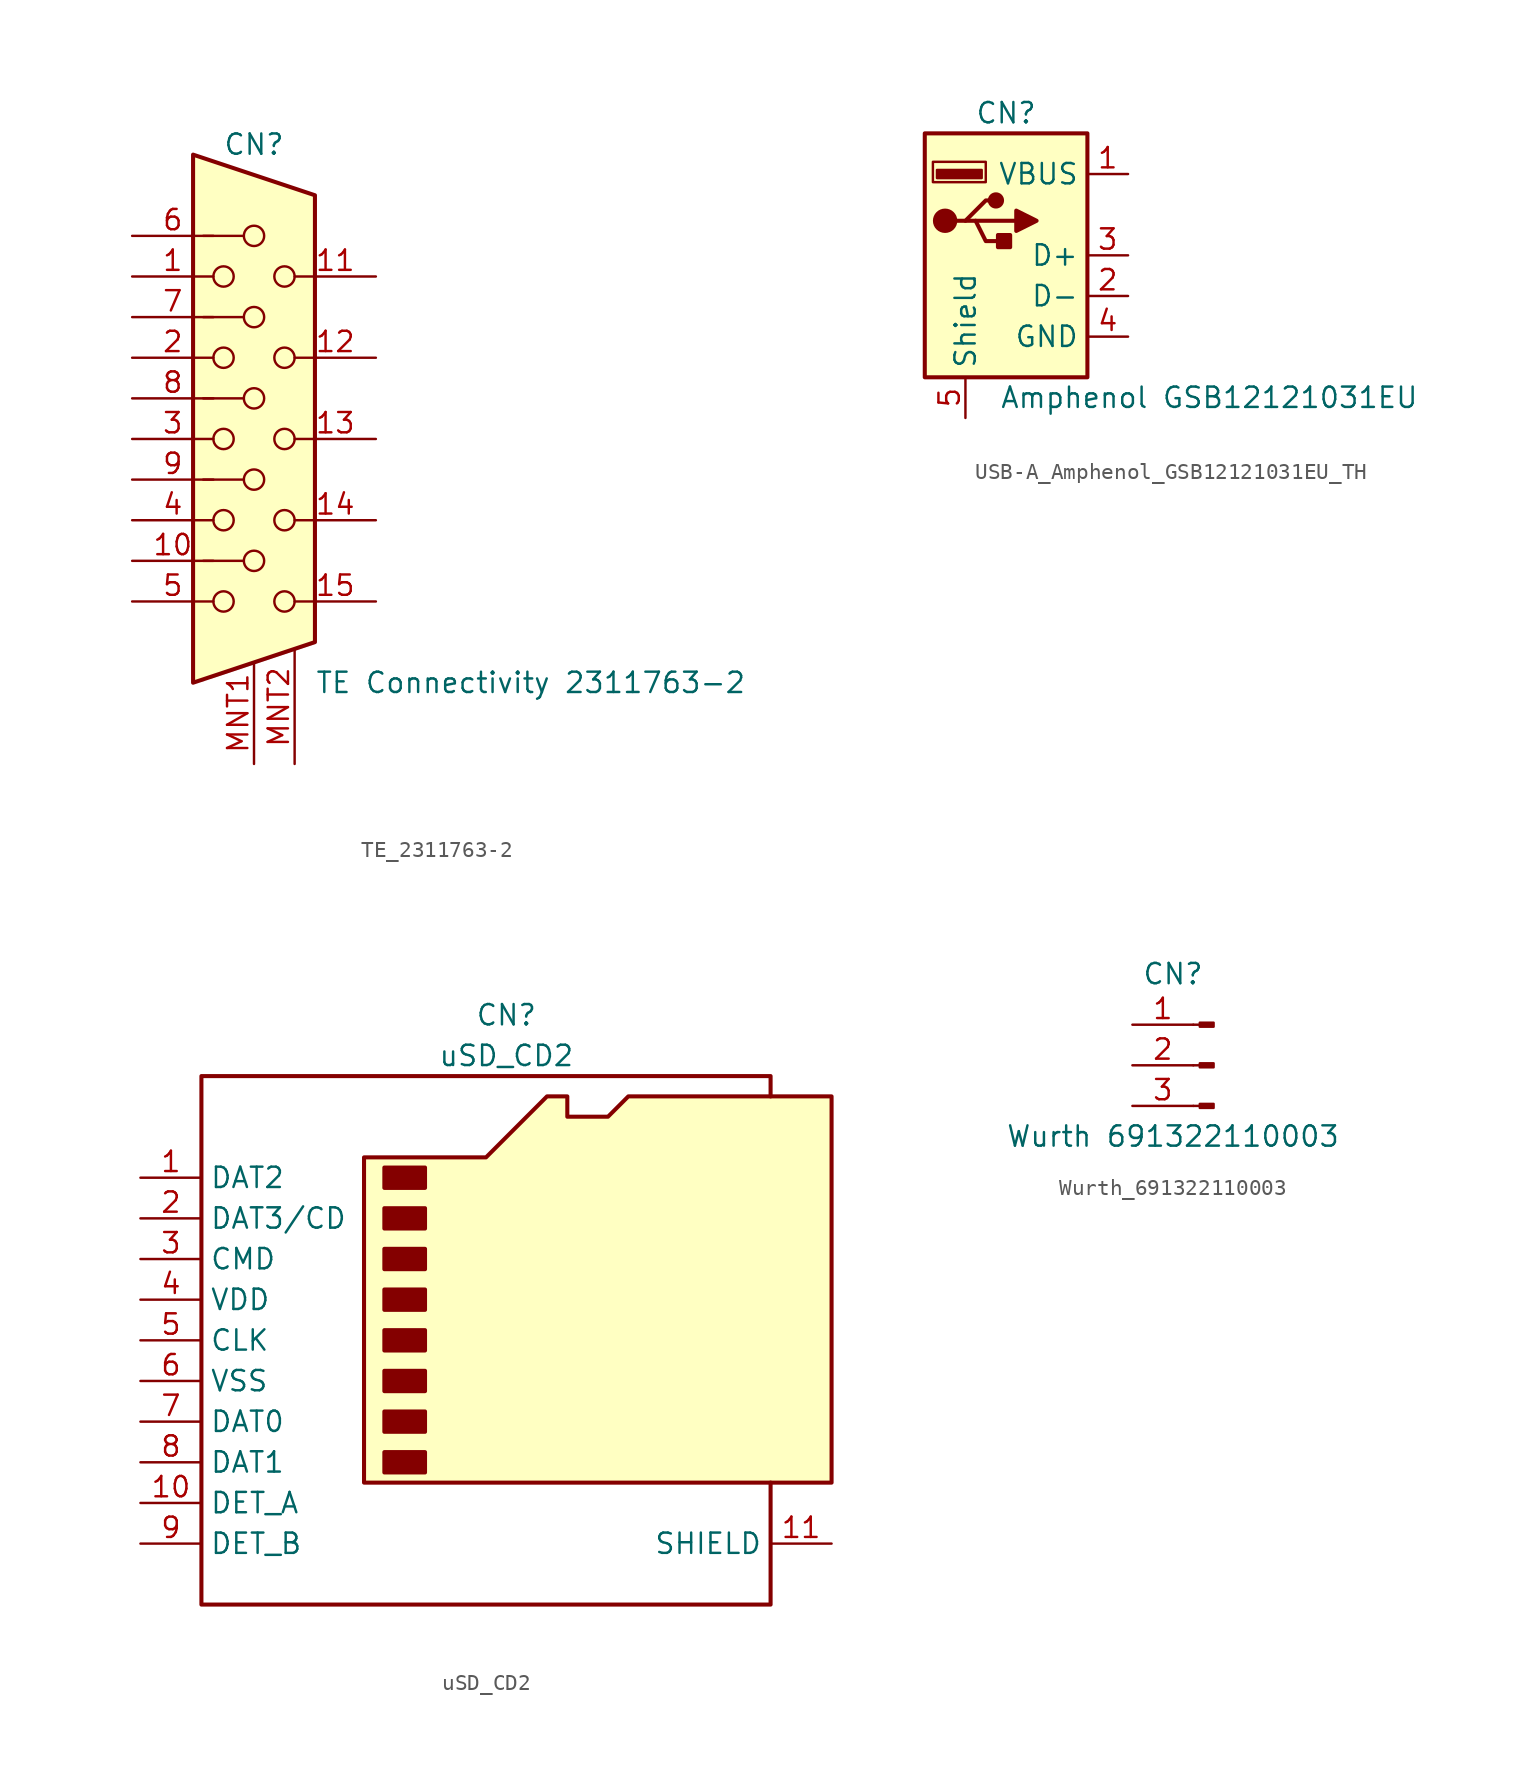
<source format=kicad_sym>
(kicad_symbol_lib
  (version 20220914)
  (generator kicad_symbol_editor)
  (symbol "TE_2311763-2"
    (property "Reference" "CN"
      (at 0 18.415 0)
      (effects (font (size 1.27 1.27))))
    (property "Value" "TE Connectivity 2311763-2"
      (at 3.81 -15.24 0)
      (effects (font (size 1.27 1.27)) (justify left)))
    (symbol "TE_2311763-2_0_1"
      (circle (center -1.905 -10.16) (radius 0.635) (stroke (width 0) (type default)) (fill (type none)))
      (circle (center -1.905 -5.08) (radius 0.635) (stroke (width 0) (type default)) (fill (type none)))
      (circle (center -1.905 0) (radius 0.635) (stroke (width 0) (type default)) (fill (type none)))
      (circle (center -1.905 5.08) (radius 0.635) (stroke (width 0) (type default)) (fill (type none)))
      (circle (center -1.905 10.16) (radius 0.635) (stroke (width 0) (type default)) (fill (type none)))
      (circle (center 0 -7.62) (radius 0.635) (stroke (width 0) (type default)) (fill (type none)))
      (circle (center 0 -2.54) (radius 0.635) (stroke (width 0) (type default)) (fill (type none)))
      (polyline (pts (xy -3.175 7.62) (xy -0.635 7.62)) (stroke (width 0) (type default)) (fill (type none)))
      (polyline (pts (xy -0.635 -7.62) (xy -3.175 -7.62)) (stroke (width 0) (type default)) (fill (type none)))
      (polyline (pts (xy -0.635 -2.54) (xy -3.175 -2.54)) (stroke (width 0) (type default)) (fill (type none)))
      (polyline (pts (xy -0.635 2.54) (xy -3.175 2.54)) (stroke (width 0) (type default)) (fill (type none)))
      (polyline (pts (xy -0.635 12.7) (xy -3.175 12.7)) (stroke (width 0) (type default)) (fill (type none)))
      (polyline (pts (xy -3.81 17.78) (xy -3.81 -15.24) (xy 3.81 -12.7) (xy 3.81 15.24) (xy -3.81 17.78)) (stroke (width 0.254) (type default)) (fill (type background)))
      (circle (center 0 2.54) (radius 0.635) (stroke (width 0) (type default)) (fill (type none)))
      (circle (center 0 7.62) (radius 0.635) (stroke (width 0) (type default)) (fill (type none)))
      (circle (center 0 12.7) (radius 0.635) (stroke (width 0) (type default)) (fill (type none)))
      (circle (center 1.905 -10.16) (radius 0.635) (stroke (width 0) (type default)) (fill (type none)))
      (circle (center 1.905 -5.08) (radius 0.635) (stroke (width 0) (type default)) (fill (type none)))
      (circle (center 1.905 0) (radius 0.635) (stroke (width 0) (type default)) (fill (type none)))
      (circle (center 1.905 5.08) (radius 0.635) (stroke (width 0) (type default)) (fill (type none)))
      (circle (center 1.905 10.16) (radius 0.635) (stroke (width 0) (type default)) (fill (type none))))
    (symbol "TE_2311763-2_1_1"
      (pin passive line (at -7.62 10.16 0) (length 5.08) (name "~" (effects (font (size 1.27 1.27)))) (number "1" (effects (font (size 1.27 1.27)))))
      (pin passive line (at -7.62 -7.62 0) (length 5.08) (name "~" (effects (font (size 1.27 1.27)))) (number "10" (effects (font (size 1.27 1.27)))))
      (pin passive line (at 7.62 10.16 180) (length 5.08) (name "~" (effects (font (size 1.27 1.27)))) (number "11" (effects (font (size 1.27 1.27)))))
      (pin passive line (at 7.62 5.08 180) (length 5.08) (name "~" (effects (font (size 1.27 1.27)))) (number "12" (effects (font (size 1.27 1.27)))))
      (pin passive line (at 7.62 0 180) (length 5.08) (name "~" (effects (font (size 1.27 1.27)))) (number "13" (effects (font (size 1.27 1.27)))))
      (pin passive line (at 7.62 -5.08 180) (length 5.08) (name "~" (effects (font (size 1.27 1.27)))) (number "14" (effects (font (size 1.27 1.27)))))
      (pin passive line (at 7.62 -10.16 180) (length 5.08) (name "~" (effects (font (size 1.27 1.27)))) (number "15" (effects (font (size 1.27 1.27)))))
      (pin passive line (at -7.62 5.08 0) (length 5.08) (name "~" (effects (font (size 1.27 1.27)))) (number "2" (effects (font (size 1.27 1.27)))))
      (pin passive line (at -7.62 0 0) (length 5.08) (name "~" (effects (font (size 1.27 1.27)))) (number "3" (effects (font (size 1.27 1.27)))))
      (pin passive line (at -7.62 -5.08 0) (length 5.08) (name "~" (effects (font (size 1.27 1.27)))) (number "4" (effects (font (size 1.27 1.27)))))
      (pin passive line (at -7.62 -10.16 0) (length 5.08) (name "~" (effects (font (size 1.27 1.27)))) (number "5" (effects (font (size 1.27 1.27)))))
      (pin passive line (at -7.62 12.7 0) (length 5.08) (name "~" (effects (font (size 1.27 1.27)))) (number "6" (effects (font (size 1.27 1.27)))))
      (pin passive line (at -7.62 7.62 0) (length 5.08) (name "~" (effects (font (size 1.27 1.27)))) (number "7" (effects (font (size 1.27 1.27)))))
      (pin passive line (at -7.62 2.54 0) (length 5.08) (name "~" (effects (font (size 1.27 1.27)))) (number "8" (effects (font (size 1.27 1.27)))))
      (pin passive line (at -7.62 -2.54 0) (length 5.08) (name "~" (effects (font (size 1.27 1.27)))) (number "9" (effects (font (size 1.27 1.27)))))
      (pin passive line (at 0 -20.32 90) (length 6.35) (name "~" (effects (font (size 1.27 1.27)))) (number "MNT1" (effects (font (size 1.27 1.27)))))
      (pin passive line (at 2.54 -20.32 90) (length 7.112) (name "~" (effects (font (size 1.27 1.27)))) (number "MNT2" (effects (font (size 1.27 1.27)))))))
  (symbol "USB-A_Amphenol_GSB12121031EU_TH"
    (property "Reference" "CN"
      (at 0 3.81 0)
      (do_not_autoplace)
      (effects (font (size 1.27 1.27))))
    (property "Value" "Amphenol GSB12121031EU"
      (at 12.7 -13.97 0)
      (do_not_autoplace)
      (effects (font (size 1.27 1.27))))
    (symbol "USB-A_Amphenol_GSB12121031EU_TH_0_1"
      (rectangle (start -5.08 -12.7) (end 5.08 2.54) (stroke (width 0.254) (type default)) (fill (type background)))
      (circle (center -3.81 -2.921) (radius 0.635) (stroke (width 0.254) (type default)) (fill (type outline)))
      (rectangle (start -1.524 -0.254) (end -4.318 0.254) (stroke (width 0) (type default)) (fill (type outline)))
      (rectangle (start -1.27 -0.508) (end -4.572 0.762) (stroke (width 0) (type default)) (fill (type none)))
      (circle (center -0.635 -1.651) (radius 0.381) (stroke (width 0.254) (type default)) (fill (type outline)))
      (polyline (pts (xy -3.175 -2.921) (xy -2.54 -2.921) (xy -1.27 -1.651) (xy -0.635 -1.651)) (stroke (width 0.254) (type default)) (fill (type none)))
      (polyline (pts (xy -2.54 -2.921) (xy -1.905 -2.921) (xy -1.27 -4.191) (xy 0 -4.191)) (stroke (width 0.254) (type default)) (fill (type none)))
      (polyline (pts (xy 0.635 -2.286) (xy 0.635 -3.556) (xy 1.905 -2.921) (xy 0.635 -2.286)) (stroke (width 0.254) (type default)) (fill (type outline)))
      (rectangle (start 0.254 -3.81) (end -0.508 -4.572) (stroke (width 0.254) (type default)) (fill (type outline))))
    (symbol "USB-A_Amphenol_GSB12121031EU_TH_1_1"
      (polyline (pts (xy -1.905 -2.921) (xy 0.635 -2.921)) (stroke (width 0.254) (type default)) (fill (type none)))
      (pin power_in line (at 7.62 0 180) (length 2.54) (name "VBUS" (effects (font (size 1.27 1.27)))) (number "1" (effects (font (size 1.27 1.27)))))
      (pin bidirectional line (at 7.62 -7.62 180) (length 2.54) (name "D-" (effects (font (size 1.27 1.27)))) (number "2" (effects (font (size 1.27 1.27)))))
      (pin bidirectional line (at 7.62 -5.08 180) (length 2.54) (name "D+" (effects (font (size 1.27 1.27)))) (number "3" (effects (font (size 1.27 1.27)))))
      (pin power_in line (at 7.62 -10.16 180) (length 2.54) (name "GND" (effects (font (size 1.27 1.27)))) (number "4" (effects (font (size 1.27 1.27)))))
      (pin passive line (at -2.54 -15.24 90) (length 2.54) (name "Shield" (effects (font (size 1.27 1.27)))) (number "5" (effects (font (size 1.27 1.27)))))))
  (symbol "uSD_CD2"
    (property "Reference" "CN"
      (at 0 20.32 0)
      (effects (font (size 1.27 1.27))))
    (property "Value" "uSD_CD2"
      (at 0 17.78 0)
      (effects (font (size 1.27 1.27))))
    (symbol "uSD_CD2_0_1"
      (rectangle (start -7.62 -6.985) (end -5.08 -8.255) (stroke (width 0.254) (type default)) (fill (type outline)))
      (rectangle (start -7.62 -4.445) (end -5.08 -5.715) (stroke (width 0.254) (type default)) (fill (type outline)))
      (rectangle (start -7.62 -1.905) (end -5.08 -3.175) (stroke (width 0.254) (type default)) (fill (type outline)))
      (rectangle (start -7.62 0.635) (end -5.08 -0.635) (stroke (width 0.254) (type default)) (fill (type outline)))
      (rectangle (start -7.62 3.175) (end -5.08 1.905) (stroke (width 0.254) (type default)) (fill (type outline)))
      (rectangle (start -7.62 5.715) (end -5.08 4.445) (stroke (width 0.254) (type default)) (fill (type outline)))
      (rectangle (start -7.62 8.255) (end -5.08 6.985) (stroke (width 0.254) (type default)) (fill (type outline)))
      (rectangle (start -7.62 10.795) (end -5.08 9.525) (stroke (width 0.254) (type default)) (fill (type outline)))
      (polyline (pts (xy 16.51 15.24) (xy 16.51 16.51) (xy -19.05 16.51) (xy -19.05 -16.51) (xy 16.51 -16.51) (xy 16.51 -8.89)) (stroke (width 0.254) (type default)) (fill (type none)))
      (polyline (pts (xy -8.89 -8.89) (xy -8.89 11.43) (xy -1.27 11.43) (xy 2.54 15.24) (xy 3.81 15.24) (xy 3.81 13.97) (xy 6.35 13.97) (xy 7.62 15.24) (xy 20.32 15.24) (xy 20.32 -8.89) (xy -8.89 -8.89)) (stroke (width 0.254) (type default)) (fill (type background))))
    (symbol "uSD_CD2_1_1"
      (pin bidirectional line (at -22.86 10.16 0) (length 3.81) (name "DAT2" (effects (font (size 1.27 1.27)))) (number "1" (effects (font (size 1.27 1.27)))))
      (pin passive line (at -22.86 -10.16 0) (length 3.81) (name "DET_A" (effects (font (size 1.27 1.27)))) (number "10" (effects (font (size 1.27 1.27)))))
      (pin passive line (at 20.32 -12.7 180) (length 3.81) (name "SHIELD" (effects (font (size 1.27 1.27)))) (number "11" (effects (font (size 1.27 1.27)))))
      (pin bidirectional line (at -22.86 7.62 0) (length 3.81) (name "DAT3/CD" (effects (font (size 1.27 1.27)))) (number "2" (effects (font (size 1.27 1.27)))))
      (pin input line (at -22.86 5.08 0) (length 3.81) (name "CMD" (effects (font (size 1.27 1.27)))) (number "3" (effects (font (size 1.27 1.27)))))
      (pin power_in line (at -22.86 2.54 0) (length 3.81) (name "VDD" (effects (font (size 1.27 1.27)))) (number "4" (effects (font (size 1.27 1.27)))))
      (pin input line (at -22.86 0 0) (length 3.81) (name "CLK" (effects (font (size 1.27 1.27)))) (number "5" (effects (font (size 1.27 1.27)))))
      (pin power_in line (at -22.86 -2.54 0) (length 3.81) (name "VSS" (effects (font (size 1.27 1.27)))) (number "6" (effects (font (size 1.27 1.27)))))
      (pin bidirectional line (at -22.86 -5.08 0) (length 3.81) (name "DAT0" (effects (font (size 1.27 1.27)))) (number "7" (effects (font (size 1.27 1.27)))))
      (pin bidirectional line (at -22.86 -7.62 0) (length 3.81) (name "DAT1" (effects (font (size 1.27 1.27)))) (number "8" (effects (font (size 1.27 1.27)))))
      (pin passive line (at -22.86 -12.7 0) (length 3.81) (name "DET_B" (effects (font (size 1.27 1.27)))) (number "9" (effects (font (size 1.27 1.27)))))))
  (symbol "Wurth_691322110003"
    (pin_names hide)
    (property "Reference" "CN"
      (at 0 5.715 0)
      (effects (font (size 1.27 1.27))))
    (property "Value" "Wurth 691322110003"
      (at 0 -4.445 0)
      (effects (font (size 1.27 1.27))))
    (symbol "Wurth_691322110003_1_1"
      (polyline (pts (xy 1.27 -2.54) (xy 1.676 -2.54)) (stroke (width 0.152) (type default)) (fill (type none)))
      (polyline (pts (xy 1.27 0) (xy 1.676 0)) (stroke (width 0.152) (type default)) (fill (type none)))
      (polyline (pts (xy 1.27 2.54) (xy 1.676 2.54)) (stroke (width 0.152) (type default)) (fill (type none)))
      (rectangle (start 2.54 -2.667) (end 1.676 -2.413) (stroke (width 0.152) (type default)) (fill (type outline)))
      (rectangle (start 2.54 -0.127) (end 1.676 0.127) (stroke (width 0.152) (type default)) (fill (type outline)))
      (rectangle (start 2.54 2.413) (end 1.676 2.667) (stroke (width 0.152) (type default)) (fill (type outline)))
      (pin passive line (at -2.54 2.54 0) (length 3.81) (name "Pin_1" (effects (font (size 1.27 1.27)))) (number "1" (effects (font (size 1.27 1.27)))))
      (pin passive line (at -2.54 0 0) (length 3.81) (name "Pin_2" (effects (font (size 1.27 1.27)))) (number "2" (effects (font (size 1.27 1.27)))))
      (pin passive line (at -2.54 -2.54 0) (length 3.81) (name "Pin_3" (effects (font (size 1.27 1.27)))) (number "3" (effects (font (size 1.27 1.27))))))))
</source>
